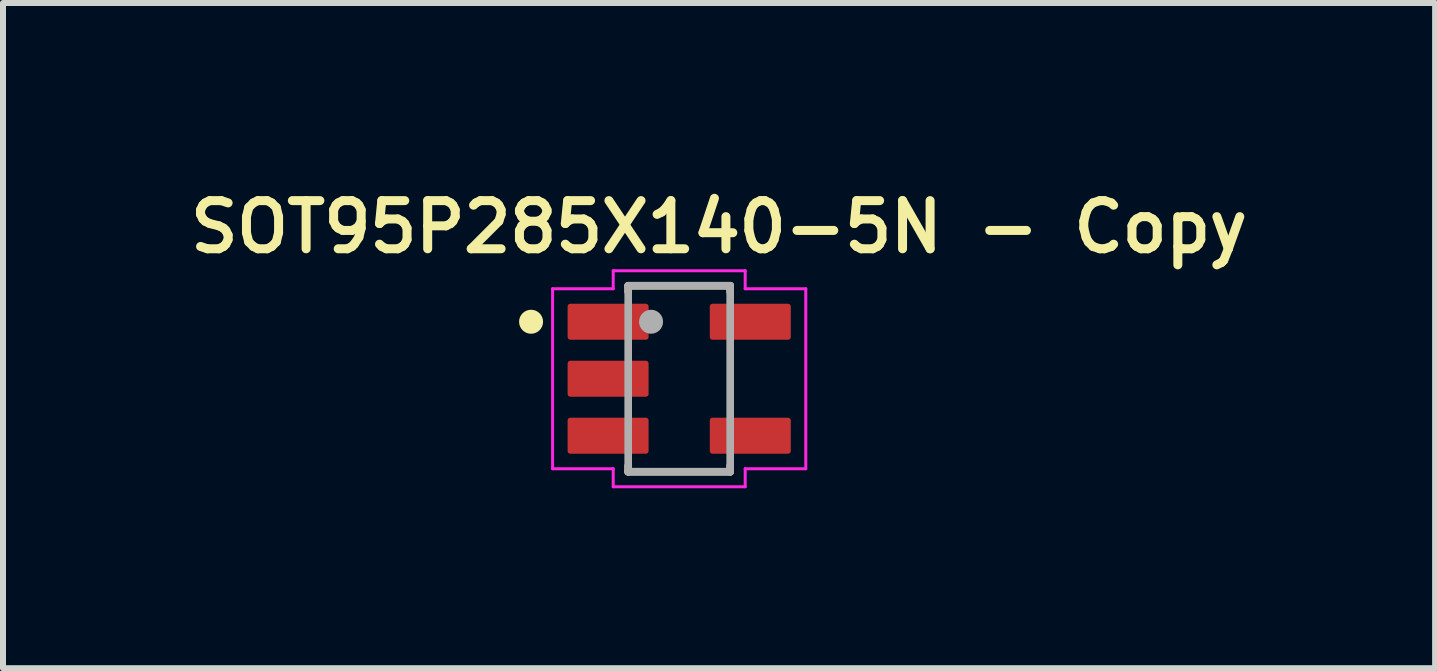
<source format=kicad_pcb>
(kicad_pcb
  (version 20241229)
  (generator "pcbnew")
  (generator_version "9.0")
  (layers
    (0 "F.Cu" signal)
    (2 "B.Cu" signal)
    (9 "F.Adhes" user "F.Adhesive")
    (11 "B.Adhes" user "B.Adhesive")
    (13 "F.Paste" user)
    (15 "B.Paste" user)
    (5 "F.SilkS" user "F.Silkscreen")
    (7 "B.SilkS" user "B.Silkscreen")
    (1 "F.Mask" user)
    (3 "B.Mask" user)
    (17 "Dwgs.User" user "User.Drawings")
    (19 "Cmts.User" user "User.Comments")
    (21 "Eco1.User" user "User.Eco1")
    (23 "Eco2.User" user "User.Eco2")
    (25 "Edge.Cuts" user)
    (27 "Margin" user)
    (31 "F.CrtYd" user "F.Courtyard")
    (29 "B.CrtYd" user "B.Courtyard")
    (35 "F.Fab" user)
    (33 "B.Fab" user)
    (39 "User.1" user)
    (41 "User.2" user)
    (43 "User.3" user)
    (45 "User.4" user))
  (footprint "SOT95P285X140-5N - Copy"
    (layer "F.Cu")
    (at 8.271 3.263)
    (property "Reference" "SOT95P285X140-5N - Copy" (at 0.664 -2.53 0) (layer "F.SilkS") (effects (font (size 0.803 0.803) (thickness 0.15))))
    (attr smd)
    (fp_line (start -0.85 -1.55) (end -0.85 -1.45) (stroke (width 0.127) (type solid)) (layer "F.SilkS"))
    (fp_line (start -0.85 1.55) (end -0.85 1.45) (stroke (width 0.127) (type solid)) (layer "F.SilkS"))
    (fp_line (start 0.85 -1.55) (end -0.85 -1.55) (stroke (width 0.127) (type solid)) (layer "F.SilkS"))
    (fp_line (start 0.85 -1.55) (end 0.85 -1.45) (stroke (width 0.127) (type solid)) (layer "F.SilkS"))
    (fp_line (start 0.85 1.55) (end -0.85 1.55) (stroke (width 0.127) (type solid)) (layer "F.SilkS"))
    (fp_line (start 0.85 1.55) (end 0.85 1.45) (stroke (width 0.127) (type solid)) (layer "F.SilkS"))
    (fp_circle (center -2.469 -0.95) (end -2.369 -0.95) (stroke (width 0.2) (type solid)) (fill no) (layer "F.SilkS"))
    (fp_line (start -2.11 -1.5) (end -2.11 1.5) (stroke (width 0.05) (type solid)) (layer "F.CrtYd"))
    (fp_line (start -2.11 1.5) (end -1.1 1.5) (stroke (width 0.05) (type solid)) (layer "F.CrtYd"))
    (fp_line (start -1.1 -1.8) (end -1.1 -1.5) (stroke (width 0.05) (type solid)) (layer "F.CrtYd"))
    (fp_line (start -1.1 -1.5) (end -2.11 -1.5) (stroke (width 0.05) (type solid)) (layer "F.CrtYd"))
    (fp_line (start -1.1 1.5) (end -1.1 1.8) (stroke (width 0.05) (type solid)) (layer "F.CrtYd"))
    (fp_line (start -1.1 1.8) (end 1.1 1.8) (stroke (width 0.05) (type solid)) (layer "F.CrtYd"))
    (fp_line (start 1.1 -1.8) (end -1.1 -1.8) (stroke (width 0.05) (type solid)) (layer "F.CrtYd"))
    (fp_line (start 1.1 -1.5) (end 1.1 -1.8) (stroke (width 0.05) (type solid)) (layer "F.CrtYd"))
    (fp_line (start 1.1 1.5) (end 2.11 1.5) (stroke (width 0.05) (type solid)) (layer "F.CrtYd"))
    (fp_line (start 1.1 1.8) (end 1.1 1.5) (stroke (width 0.05) (type solid)) (layer "F.CrtYd"))
    (fp_line (start 2.11 -1.5) (end 1.1 -1.5) (stroke (width 0.05) (type solid)) (layer "F.CrtYd"))
    (fp_line (start 2.11 1.5) (end 2.11 -1.5) (stroke (width 0.05) (type solid)) (layer "F.CrtYd"))
    (fp_line (start -0.85 -1.55) (end 0.85 -1.55) (stroke (width 0.127) (type solid)) (layer "F.Fab"))
    (fp_line (start -0.85 1.55) (end -0.85 -1.55) (stroke (width 0.127) (type solid)) (layer "F.Fab"))
    (fp_line (start 0.85 -1.55) (end 0.85 1.55) (stroke (width 0.127) (type solid)) (layer "F.Fab"))
    (fp_line (start 0.85 1.55) (end -0.85 1.55) (stroke (width 0.127) (type solid)) (layer "F.Fab"))
    (fp_circle (center -0.469 -0.95) (end -0.369 -0.95) (stroke (width 0.2) (type solid)) (fill no) (layer "F.Fab"))
    (pad "1" smd roundrect (at -1.185 -0.95) (size 1.35 0.6) (layers "F.Cu" "F.Mask" "F.Paste") (roundrect_rratio 0.075))
    (pad "2" smd roundrect (at -1.185 0) (size 1.35 0.6) (layers "F.Cu" "F.Mask" "F.Paste") (roundrect_rratio 0.075))
    (pad "3" smd roundrect (at -1.185 0.95) (size 1.35 0.6) (layers "F.Cu" "F.Mask" "F.Paste") (roundrect_rratio 0.075))
    (pad "4" smd roundrect (at 1.185 0.95) (size 1.35 0.6) (layers "F.Cu" "F.Mask" "F.Paste") (roundrect_rratio 0.075))
    (pad "5" smd roundrect (at 1.185 -0.95) (size 1.35 0.6) (layers "F.Cu" "F.Mask" "F.Paste") (roundrect_rratio 0.075)))
  (gr_rect
    (start -3 -3)
    (end 20.871 8.088)
    (stroke (width 0.1) (type default))
    (fill no)
    (layer "Edge.Cuts")))
</source>
